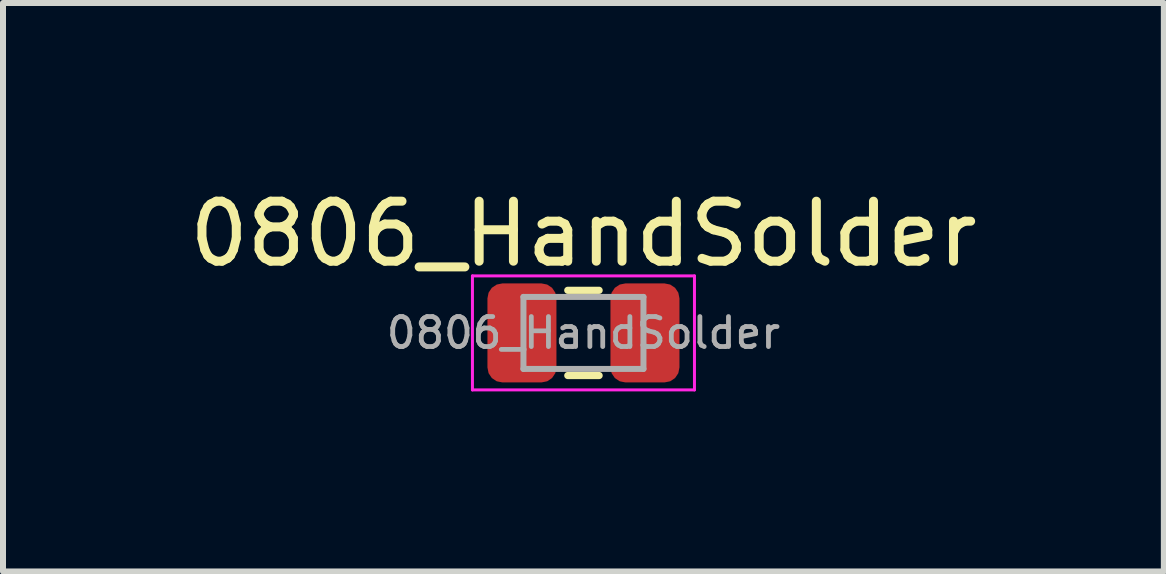
<source format=kicad_pcb>
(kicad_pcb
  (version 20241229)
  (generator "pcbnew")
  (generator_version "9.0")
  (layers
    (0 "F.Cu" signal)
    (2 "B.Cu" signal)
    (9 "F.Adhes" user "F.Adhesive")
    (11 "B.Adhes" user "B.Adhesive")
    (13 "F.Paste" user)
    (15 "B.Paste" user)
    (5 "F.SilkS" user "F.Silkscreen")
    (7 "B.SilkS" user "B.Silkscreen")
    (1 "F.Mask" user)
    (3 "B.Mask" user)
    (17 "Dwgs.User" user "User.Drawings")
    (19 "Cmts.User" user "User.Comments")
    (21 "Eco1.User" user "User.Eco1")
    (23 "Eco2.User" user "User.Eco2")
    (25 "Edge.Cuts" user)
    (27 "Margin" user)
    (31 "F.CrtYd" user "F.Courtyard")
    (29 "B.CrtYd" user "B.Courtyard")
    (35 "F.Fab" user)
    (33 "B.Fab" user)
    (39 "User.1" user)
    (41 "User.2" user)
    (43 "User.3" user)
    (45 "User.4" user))
  (footprint "0806_HandSolder"
    (layer "F.Cu")
    (at 6.673 2.498)
    (property "Reference" "0806_HandSolder" (at 0 -1.65 0) (layer "F.SilkS") (effects (font (size 1 1) (thickness 0.15))))
    (attr smd)
    (fp_line (start -0.261 -0.71) (end 0.261 -0.71) (stroke (width 0.12) (type solid)) (layer "F.SilkS"))
    (fp_line (start -0.261 0.71) (end 0.261 0.71) (stroke (width 0.12) (type solid)) (layer "F.SilkS"))
    (fp_line (start -1.85 -0.95) (end 1.85 -0.95) (stroke (width 0.05) (type solid)) (layer "F.CrtYd"))
    (fp_line (start -1.85 0.95) (end -1.85 -0.95) (stroke (width 0.05) (type solid)) (layer "F.CrtYd"))
    (fp_line (start 1.85 -0.95) (end 1.85 0.95) (stroke (width 0.05) (type solid)) (layer "F.CrtYd"))
    (fp_line (start 1.85 0.95) (end -1.85 0.95) (stroke (width 0.05) (type solid)) (layer "F.CrtYd"))
    (fp_line (start -1 -0.6) (end 1 -0.6) (stroke (width 0.1) (type solid)) (layer "F.Fab"))
    (fp_line (start -1 0.6) (end -1 -0.6) (stroke (width 0.1) (type solid)) (layer "F.Fab"))
    (fp_line (start 1 -0.6) (end 1 0.6) (stroke (width 0.1) (type solid)) (layer "F.Fab"))
    (fp_line (start 1 0.6) (end -1 0.6) (stroke (width 0.1) (type solid)) (layer "F.Fab"))
    (fp_text user "${REFERENCE}" (at 0 0 0) (layer "F.Fab") (effects (font (size 0.5 0.5) (thickness 0.08))))
    (pad "1" smd roundrect (at -1.025 0) (size 1.15 1.65) (layers "F.Cu" "F.Mask" "F.Paste") (roundrect_rratio 0.217))
    (pad "2" smd roundrect (at 1.025 0) (size 1.15 1.65) (layers "F.Cu" "F.Mask" "F.Paste") (roundrect_rratio 0.217)))
  (gr_rect
    (start -3 -3)
    (end 16.345 6.473)
    (stroke (width 0.1) (type default))
    (fill no)
    (layer "Edge.Cuts")))
</source>
